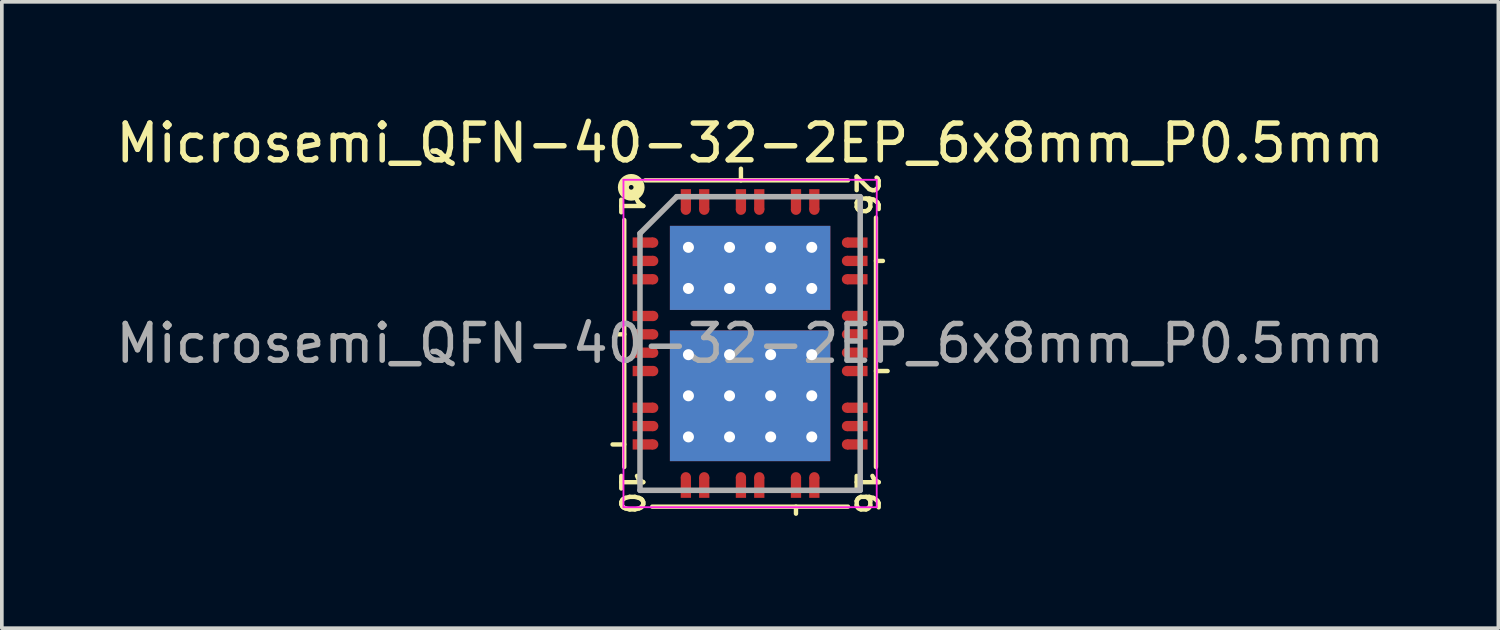
<source format=kicad_pcb>
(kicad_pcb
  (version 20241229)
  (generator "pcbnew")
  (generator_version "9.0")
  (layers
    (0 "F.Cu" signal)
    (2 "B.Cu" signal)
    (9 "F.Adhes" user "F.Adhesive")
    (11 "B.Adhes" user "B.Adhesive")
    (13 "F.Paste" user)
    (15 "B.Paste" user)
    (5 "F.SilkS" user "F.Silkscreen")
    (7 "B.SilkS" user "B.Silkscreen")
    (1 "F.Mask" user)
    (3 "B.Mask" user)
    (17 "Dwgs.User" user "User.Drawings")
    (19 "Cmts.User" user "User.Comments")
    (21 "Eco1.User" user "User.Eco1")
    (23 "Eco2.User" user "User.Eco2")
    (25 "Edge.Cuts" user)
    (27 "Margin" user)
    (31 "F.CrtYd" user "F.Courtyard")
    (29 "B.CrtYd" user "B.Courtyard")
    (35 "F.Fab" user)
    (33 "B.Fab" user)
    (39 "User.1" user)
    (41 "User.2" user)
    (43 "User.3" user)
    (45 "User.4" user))
  (footprint "Microsemi_QFN-40-32-2EP_6x8mm_P0.5mm"
    (layer "F.Cu")
    (at 17.387 6.309)
    (property "Reference" "Microsemi_QFN-40-32-2EP_6x8mm_P0.5mm" (at 0 -5.461 0) (layer "F.SilkS") (effects (font (size 1 1) (thickness 0.15))))
    (attr smd)
    (fp_line (start -3.429 -0.25) (end -3.619 -0.25) (stroke (width 0.12) (type solid)) (layer "F.SilkS"))
    (fp_line (start -3.429 2.75) (end -3.747 2.75) (stroke (width 0.12) (type solid)) (layer "F.SilkS"))
    (fp_line (start -3.429 3.365) (end -3.429 -3.365) (stroke (width 0.12) (type solid)) (layer "F.SilkS"))
    (fp_line (start -2.857 -4.445) (end 2.667 -4.445) (stroke (width 0.12) (type solid)) (layer "F.SilkS"))
    (fp_line (start -0.25 -4.445) (end -0.25 -4.763) (stroke (width 0.12) (type solid)) (layer "F.SilkS"))
    (fp_line (start 1.25 4.445) (end 1.25 4.636) (stroke (width 0.12) (type solid)) (layer "F.SilkS"))
    (fp_line (start 2.667 4.445) (end -2.667 4.445) (stroke (width 0.12) (type solid)) (layer "F.SilkS"))
    (fp_line (start 3.429 -3.429) (end 3.429 3.365) (stroke (width 0.12) (type solid)) (layer "F.SilkS"))
    (fp_line (start 3.429 -2.25) (end 3.619 -2.25) (stroke (width 0.12) (type solid)) (layer "F.SilkS"))
    (fp_line (start 3.429 0.75) (end 3.747 0.75) (stroke (width 0.12) (type solid)) (layer "F.SilkS"))
    (fp_circle (center -3.239 -4.255) (end -3.175 -4.255) (stroke (width 0.3) (type solid)) (fill no) (layer "F.SilkS"))
    (fp_line (start -3.45 -4.46) (end -3.45 4.46) (stroke (width 0.05) (type solid)) (layer "F.CrtYd"))
    (fp_line (start -3.45 -4.46) (end 3.45 -4.46) (stroke (width 0.05) (type solid)) (layer "F.CrtYd"))
    (fp_line (start -3.45 4.46) (end 3.45 4.46) (stroke (width 0.05) (type solid)) (layer "F.CrtYd"))
    (fp_line (start 3.45 -4.46) (end 3.45 4.46) (stroke (width 0.05) (type solid)) (layer "F.CrtYd"))
    (fp_line (start -3 -3) (end -2 -4) (stroke (width 0.15) (type solid)) (layer "F.Fab"))
    (fp_line (start -3 4) (end -3 -3) (stroke (width 0.15) (type solid)) (layer "F.Fab"))
    (fp_line (start -2 -4) (end 3 -4) (stroke (width 0.15) (type solid)) (layer "F.Fab"))
    (fp_line (start 3 -4) (end 3 4) (stroke (width 0.15) (type solid)) (layer "F.Fab"))
    (fp_line (start 3 4) (end -3 4) (stroke (width 0.15) (type solid)) (layer "F.Fab"))
    (fp_text user "10" (at -3.239 4.064 270) (unlocked yes) (layer "F.SilkS") (effects (font (size 0.6 0.6) (thickness 0.12))))
    (fp_text user "16" (at 3.175 4.064 270) (unlocked yes) (layer "F.SilkS") (effects (font (size 0.6 0.6) (thickness 0.12))))
    (fp_text user "1" (at -3.239 -3.747 270) (unlocked yes) (layer "F.SilkS") (effects (font (size 0.6 0.6) (thickness 0.12))))
    (fp_text user "26" (at 3.175 -4.064 270) (unlocked yes) (layer "F.SilkS") (effects (font (size 0.6 0.6) (thickness 0.12))))
    (fp_text user "${REFERENCE}" (at 0 0 0) (layer "F.Fab") (effects (font (size 1 1) (thickness 0.15))))
    (pad "" smd rect (at -1.04 -2.06) (size 1.68 1.68) (layers "F.Paste"))
    (pad "" smd rect (at -1.04 1.425) (size 1.68 2.95) (layers "F.Paste"))
    (pad "" smd rect (at 1.04 -2.06) (size 1.68 1.68) (layers "F.Paste"))
    (pad "" smd rect (at 1.04 1.425) (size 1.68 2.95) (layers "F.Paste"))
    (pad "1" smd rect (at -2.92 -2.75) (size 0.56 0.28) (layers "F.Cu" "F.Mask" "F.Paste"))
    (pad "1" smd circle (at -2.64 -2.75) (size 0.28 0.28) (layers "F.Cu" "F.Mask" "F.Paste"))
    (pad "2" smd rect (at -2.92 -2.25) (size 0.56 0.28) (layers "F.Cu" "F.Mask" "F.Paste"))
    (pad "2" smd circle (at -2.64 -2.25) (size 0.28 0.28) (layers "F.Cu" "F.Mask" "F.Paste"))
    (pad "3" smd rect (at -2.92 -1.75) (size 0.56 0.28) (layers "F.Cu" "F.Mask" "F.Paste"))
    (pad "3" smd circle (at -2.64 -1.75) (size 0.28 0.28) (layers "F.Cu" "F.Mask" "F.Paste"))
    (pad "4" smd rect (at -2.92 -0.75) (size 0.56 0.28) (layers "F.Cu" "F.Mask" "F.Paste"))
    (pad "4" smd circle (at -2.64 -0.75) (size 0.28 0.28) (layers "F.Cu" "F.Mask" "F.Paste"))
    (pad "5" smd rect (at -2.92 -0.25) (size 0.56 0.28) (layers "F.Cu" "F.Mask" "F.Paste"))
    (pad "5" smd circle (at -2.64 -0.25) (size 0.28 0.28) (layers "F.Cu" "F.Mask" "F.Paste"))
    (pad "6" smd rect (at -2.92 0.25) (size 0.56 0.28) (layers "F.Cu" "F.Mask" "F.Paste"))
    (pad "6" smd circle (at -2.64 0.25) (size 0.28 0.28) (layers "F.Cu" "F.Mask" "F.Paste"))
    (pad "7" smd rect (at -2.92 0.75) (size 0.56 0.28) (layers "F.Cu" "F.Mask" "F.Paste"))
    (pad "7" smd circle (at -2.64 0.75) (size 0.28 0.28) (layers "F.Cu" "F.Mask" "F.Paste"))
    (pad "8" smd rect (at -2.92 1.75) (size 0.56 0.28) (layers "F.Cu" "F.Mask" "F.Paste"))
    (pad "8" smd circle (at -2.64 1.75) (size 0.28 0.28) (layers "F.Cu" "F.Mask" "F.Paste"))
    (pad "9" smd rect (at -2.92 2.25) (size 0.56 0.28) (layers "F.Cu" "F.Mask" "F.Paste"))
    (pad "9" smd circle (at -2.64 2.25) (size 0.28 0.28) (layers "F.Cu" "F.Mask" "F.Paste"))
    (pad "10" smd rect (at -2.92 2.75) (size 0.56 0.28) (layers "F.Cu" "F.Mask" "F.Paste"))
    (pad "10" smd circle (at -2.64 2.75) (size 0.28 0.28) (layers "F.Cu" "F.Mask" "F.Paste"))
    (pad "11" smd circle (at -1.75 3.645) (size 0.28 0.28) (layers "F.Cu" "F.Mask" "F.Paste"))
    (pad "11" smd rect (at -1.75 3.925) (size 0.28 0.56) (layers "F.Cu" "F.Mask" "F.Paste"))
    (pad "12" smd circle (at -1.25 3.645) (size 0.28 0.28) (layers "F.Cu" "F.Mask" "F.Paste"))
    (pad "12" smd rect (at -1.25 3.925) (size 0.28 0.56) (layers "F.Cu" "F.Mask" "F.Paste"))
    (pad "13" smd circle (at -0.25 3.645) (size 0.28 0.28) (layers "F.Cu" "F.Mask" "F.Paste"))
    (pad "13" smd rect (at -0.25 3.925) (size 0.28 0.56) (layers "F.Cu" "F.Mask" "F.Paste"))
    (pad "14" smd circle (at 0.25 3.645) (size 0.28 0.28) (layers "F.Cu" "F.Mask" "F.Paste"))
    (pad "14" smd rect (at 0.25 3.925) (size 0.28 0.56) (layers "F.Cu" "F.Mask" "F.Paste"))
    (pad "15" smd circle (at 1.25 3.645) (size 0.28 0.28) (layers "F.Cu" "F.Mask" "F.Paste"))
    (pad "15" smd rect (at 1.25 3.925) (size 0.28 0.56) (layers "F.Cu" "F.Mask" "F.Paste"))
    (pad "16" smd circle (at 1.75 3.645) (size 0.28 0.28) (layers "F.Cu" "F.Mask" "F.Paste"))
    (pad "16" smd rect (at 1.75 3.925) (size 0.28 0.56) (layers "F.Cu" "F.Mask" "F.Paste"))
    (pad "17" smd circle (at 2.64 2.75) (size 0.28 0.28) (layers "F.Cu" "F.Mask" "F.Paste"))
    (pad "17" smd rect (at 2.92 2.75) (size 0.56 0.28) (layers "F.Cu" "F.Mask" "F.Paste"))
    (pad "18" smd circle (at 2.64 2.25) (size 0.28 0.28) (layers "F.Cu" "F.Mask" "F.Paste"))
    (pad "18" smd rect (at 2.92 2.25) (size 0.56 0.28) (layers "F.Cu" "F.Mask" "F.Paste"))
    (pad "19" smd circle (at 2.64 1.75) (size 0.28 0.28) (layers "F.Cu" "F.Mask" "F.Paste"))
    (pad "19" smd rect (at 2.92 1.75) (size 0.56 0.28) (layers "F.Cu" "F.Mask" "F.Paste"))
    (pad "20" smd circle (at 2.64 0.75) (size 0.28 0.28) (layers "F.Cu" "F.Mask" "F.Paste"))
    (pad "20" smd rect (at 2.92 0.75) (size 0.56 0.28) (layers "F.Cu" "F.Mask" "F.Paste"))
    (pad "21" smd circle (at 2.64 0.25) (size 0.28 0.28) (layers "F.Cu" "F.Mask" "F.Paste"))
    (pad "21" smd rect (at 2.92 0.25) (size 0.56 0.28) (layers "F.Cu" "F.Mask" "F.Paste"))
    (pad "22" smd circle (at 2.64 -0.25) (size 0.28 0.28) (layers "F.Cu" "F.Mask" "F.Paste"))
    (pad "22" smd rect (at 2.92 -0.25) (size 0.56 0.28) (layers "F.Cu" "F.Mask" "F.Paste"))
    (pad "23" smd circle (at 2.64 -0.75) (size 0.28 0.28) (layers "F.Cu" "F.Mask" "F.Paste"))
    (pad "23" smd rect (at 2.92 -0.75) (size 0.56 0.28) (layers "F.Cu" "F.Mask" "F.Paste"))
    (pad "24" smd circle (at 2.64 -1.75) (size 0.28 0.28) (layers "F.Cu" "F.Mask" "F.Paste"))
    (pad "24" smd rect (at 2.92 -1.75) (size 0.56 0.28) (layers "F.Cu" "F.Mask" "F.Paste"))
    (pad "25" smd circle (at 2.64 -2.25) (size 0.28 0.28) (layers "F.Cu" "F.Mask" "F.Paste"))
    (pad "25" smd rect (at 2.92 -2.25) (size 0.56 0.28) (layers "F.Cu" "F.Mask" "F.Paste"))
    (pad "26" smd circle (at 2.64 -2.75) (size 0.28 0.28) (layers "F.Cu" "F.Mask" "F.Paste"))
    (pad "26" smd rect (at 2.92 -2.75) (size 0.56 0.28) (layers "F.Cu" "F.Mask" "F.Paste"))
    (pad "27" smd rect (at 1.75 -3.925) (size 0.28 0.56) (layers "F.Cu" "F.Mask" "F.Paste"))
    (pad "27" smd circle (at 1.75 -3.645) (size 0.28 0.28) (layers "F.Cu" "F.Mask" "F.Paste"))
    (pad "28" smd rect (at 1.25 -3.925) (size 0.28 0.56) (layers "F.Cu" "F.Mask" "F.Paste"))
    (pad "28" smd circle (at 1.25 -3.645) (size 0.28 0.28) (layers "F.Cu" "F.Mask" "F.Paste"))
    (pad "29" smd rect (at 0.25 -3.925) (size 0.28 0.56) (layers "F.Cu" "F.Mask" "F.Paste"))
    (pad "29" smd circle (at 0.25 -3.645) (size 0.28 0.28) (layers "F.Cu" "F.Mask" "F.Paste"))
    (pad "30" smd rect (at -0.25 -3.925) (size 0.28 0.56) (layers "F.Cu" "F.Mask" "F.Paste"))
    (pad "30" smd circle (at -0.25 -3.645) (size 0.28 0.28) (layers "F.Cu" "F.Mask" "F.Paste"))
    (pad "31" smd rect (at -1.25 -3.925) (size 0.28 0.56) (layers "F.Cu" "F.Mask" "F.Paste"))
    (pad "31" smd circle (at -1.25 -3.645) (size 0.28 0.28) (layers "F.Cu" "F.Mask" "F.Paste"))
    (pad "32" smd rect (at -1.75 -3.925) (size 0.28 0.56) (layers "F.Cu" "F.Mask" "F.Paste"))
    (pad "32" smd circle (at -1.75 -3.645) (size 0.28 0.28) (layers "F.Cu" "F.Mask" "F.Paste"))
    (pad "33" thru_hole circle (at -1.68 -2.62) (size 0.6 0.6) (drill 0.3) (layers "*.Cu" "*.Mask"))
    (pad "33" thru_hole circle (at -1.68 -1.5) (size 0.6 0.6) (drill 0.3) (layers "*.Cu" "*.Mask"))
    (pad "33" thru_hole circle (at -0.56 -2.62) (size 0.6 0.6) (drill 0.3) (layers "*.Cu" "*.Mask"))
    (pad "33" thru_hole circle (at -0.56 -1.5) (size 0.6 0.6) (drill 0.3) (layers "*.Cu" "*.Mask"))
    (pad "33" smd rect (at 0 -2.06) (size 4.37 2.29) (layers "F.Cu" "F.Mask"))
    (pad "33" smd rect (at 0 -2.06) (size 4.37 2.29) (layers "B.Cu" "B.Mask"))
    (pad "33" thru_hole circle (at 0.56 -2.62) (size 0.6 0.6) (drill 0.3) (layers "*.Cu" "*.Mask"))
    (pad "33" thru_hole circle (at 0.56 -1.5) (size 0.6 0.6) (drill 0.3) (layers "*.Cu" "*.Mask"))
    (pad "33" thru_hole circle (at 1.68 -2.62) (size 0.6 0.6) (drill 0.3) (layers "*.Cu" "*.Mask"))
    (pad "33" thru_hole circle (at 1.68 -1.5) (size 0.6 0.6) (drill 0.3) (layers "*.Cu" "*.Mask"))
    (pad "34" thru_hole circle (at -1.68 0.305) (size 0.6 0.6) (drill 0.3) (layers "*.Cu" "*.Mask"))
    (pad "34" thru_hole circle (at -1.68 1.425) (size 0.6 0.6) (drill 0.3) (layers "*.Cu" "*.Mask"))
    (pad "34" thru_hole circle (at -1.68 2.545) (size 0.6 0.6) (drill 0.3) (layers "*.Cu" "*.Mask"))
    (pad "34" thru_hole circle (at -0.56 0.305) (size 0.6 0.6) (drill 0.3) (layers "*.Cu" "*.Mask"))
    (pad "34" thru_hole circle (at -0.56 1.425) (size 0.6 0.6) (drill 0.3) (layers "*.Cu" "*.Mask"))
    (pad "34" thru_hole circle (at -0.56 2.545) (size 0.6 0.6) (drill 0.3) (layers "*.Cu" "*.Mask"))
    (pad "34" smd rect (at 0 1.425) (size 4.37 3.56) (layers "F.Cu" "F.Mask"))
    (pad "34" smd rect (at 0 1.425) (size 4.37 3.56) (layers "B.Cu" "B.Mask"))
    (pad "34" thru_hole circle (at 0.56 0.305) (size 0.6 0.6) (drill 0.3) (layers "*.Cu" "*.Mask"))
    (pad "34" thru_hole circle (at 0.56 1.425) (size 0.6 0.6) (drill 0.3) (layers "*.Cu" "*.Mask"))
    (pad "34" thru_hole circle (at 0.56 2.545) (size 0.6 0.6) (drill 0.3) (layers "*.Cu" "*.Mask"))
    (pad "34" thru_hole circle (at 1.68 0.305) (size 0.6 0.6) (drill 0.3) (layers "*.Cu" "*.Mask"))
    (pad "34" thru_hole circle (at 1.68 1.425) (size 0.6 0.6) (drill 0.3) (layers "*.Cu" "*.Mask"))
    (pad "34" thru_hole circle (at 1.68 2.545) (size 0.6 0.6) (drill 0.3) (layers "*.Cu" "*.Mask")))
  (gr_rect
    (start -3 -3)
    (end 37.774 14.065)
    (stroke (width 0.1) (type default))
    (fill no)
    (layer "Edge.Cuts")))
</source>
